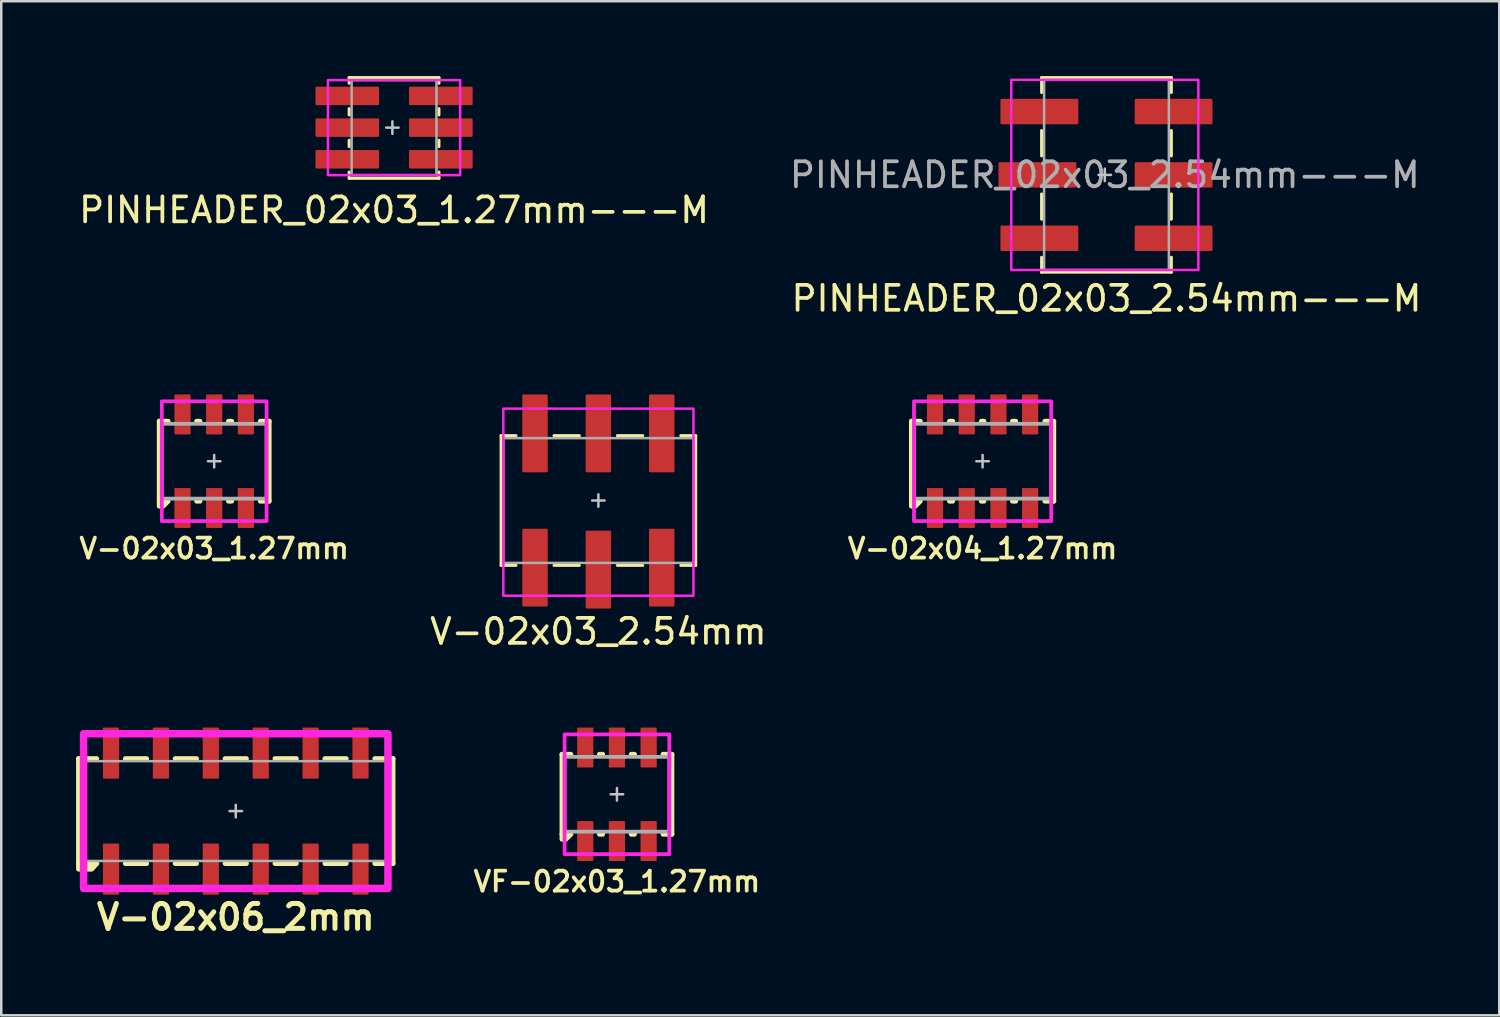
<source format=kicad_pcb>
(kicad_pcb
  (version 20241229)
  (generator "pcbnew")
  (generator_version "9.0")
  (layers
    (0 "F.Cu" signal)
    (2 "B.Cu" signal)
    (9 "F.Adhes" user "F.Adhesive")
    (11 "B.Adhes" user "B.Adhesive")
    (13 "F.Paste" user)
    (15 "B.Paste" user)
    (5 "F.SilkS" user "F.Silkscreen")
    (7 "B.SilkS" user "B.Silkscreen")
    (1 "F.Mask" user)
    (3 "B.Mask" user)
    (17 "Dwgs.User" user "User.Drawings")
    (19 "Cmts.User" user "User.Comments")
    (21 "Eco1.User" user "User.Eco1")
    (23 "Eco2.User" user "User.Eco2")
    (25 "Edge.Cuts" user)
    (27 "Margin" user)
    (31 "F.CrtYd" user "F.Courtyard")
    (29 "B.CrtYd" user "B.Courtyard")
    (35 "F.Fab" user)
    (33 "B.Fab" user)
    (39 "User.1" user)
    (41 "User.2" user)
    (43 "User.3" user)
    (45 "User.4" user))
  (footprint "VF-02x03_1.27mm"
    (layer "F.Cu")
    (at 21.678 28.785)
    (property "Reference" "VF-02x03_1.27mm" (at 0 3.5 0) (unlocked yes) (layer "F.SilkS") (effects (font (size 0.8 0.8) (thickness 0.15))))
    (attr smd)
    (fp_line (start -2.2 -1.6) (end -2.2 1.6) (stroke (width 0.2) (type solid)) (layer "F.SilkS"))
    (fp_line (start -1.85 -1.6) (end -2.2 -1.6) (stroke (width 0.2) (type solid)) (layer "F.SilkS"))
    (fp_line (start -0.7 -1.6) (end -0.575 -1.6) (stroke (width 0.2) (type solid)) (layer "F.SilkS"))
    (fp_line (start -0.7 1.6) (end -0.575 1.6) (stroke (width 0.2) (type solid)) (layer "F.SilkS"))
    (fp_line (start 0.575 -1.6) (end 0.7 -1.6) (stroke (width 0.2) (type solid)) (layer "F.SilkS"))
    (fp_line (start 0.575 1.6) (end 0.7 1.6) (stroke (width 0.2) (type solid)) (layer "F.SilkS"))
    (fp_line (start 1.85 -1.6) (end 2.2 -1.6) (stroke (width 0.2) (type solid)) (layer "F.SilkS"))
    (fp_line (start 2.2 -1.6) (end 2.2 1.6) (stroke (width 0.2) (type solid)) (layer "F.SilkS"))
    (fp_line (start 2.2 1.6) (end 1.85 1.6) (stroke (width 0.2) (type solid)) (layer "F.SilkS"))
    (fp_poly (pts (xy -2.05 1.8) (xy -2.2 1.8) (xy -2.2 1.6) (xy -1.85 1.6)) (stroke (width 0.2) (type solid)) (fill yes) (layer "F.SilkS"))
    (fp_line (start -0.25 0) (end 0.25 0) (stroke (width 0.1) (type solid)) (layer "Dwgs.User"))
    (fp_line (start 0 -0.25) (end 0 0.25) (stroke (width 0.1) (type solid)) (layer "Dwgs.User"))
    (fp_rect (start -2.1 -2.4) (end 2.1 2.4) (stroke (width 0.15) (type solid)) (fill no) (layer "F.CrtYd"))
    (fp_rect (start -2.1 -1.5) (end 2.1 1.5) (stroke (width 0.15) (type solid)) (fill no) (layer "F.Fab"))
    (pad "1" smd roundrect (at -1.27 1.875) (size 0.65 1.6) (layers "F.Cu" "F.Mask" "F.Paste") (roundrect_rratio 0.05))
    (pad "2" smd roundrect (at -1.27 -1.875) (size 0.65 1.6) (layers "F.Cu" "F.Mask" "F.Paste") (roundrect_rratio 0.05))
    (pad "3" smd roundrect (at 0 1.875) (size 0.65 1.6) (layers "F.Cu" "F.Mask" "F.Paste") (roundrect_rratio 0.05))
    (pad "4" smd roundrect (at 0 -1.875) (size 0.65 1.6) (layers "F.Cu" "F.Mask" "F.Paste") (roundrect_rratio 0.05))
    (pad "5" smd roundrect (at 1.27 1.875) (size 0.65 1.6) (layers "F.Cu" "F.Mask" "F.Paste") (roundrect_rratio 0.05))
    (pad "6" smd roundrect (at 1.27 -1.875) (size 0.65 1.6) (layers "F.Cu" "F.Mask" "F.Paste") (roundrect_rratio 0.05)))
  (footprint "V-02x04_1.27mm"
    (layer "F.Cu")
    (at 36.333 15.436)
    (property "Reference" "V-02x04_1.27mm" (at 0 3.5 0) (unlocked yes) (layer "F.SilkS") (effects (font (size 0.8 0.8) (thickness 0.15))))
    (attr smd)
    (fp_line (start -2.85 -1.6) (end -2.85 1.6) (stroke (width 0.2) (type solid)) (layer "F.SilkS"))
    (fp_line (start -2.5 -1.6) (end -2.85 -1.6) (stroke (width 0.2) (type solid)) (layer "F.SilkS"))
    (fp_line (start -1.325 -1.6) (end -1.2 -1.6) (stroke (width 0.2) (type solid)) (layer "F.SilkS"))
    (fp_line (start -1.325 1.6) (end -1.2 1.6) (stroke (width 0.2) (type solid)) (layer "F.SilkS"))
    (fp_line (start -0.05 -1.6) (end 0.05 -1.6) (stroke (width 0.2) (type solid)) (layer "F.SilkS"))
    (fp_line (start -0.05 1.6) (end 0.05 1.6) (stroke (width 0.2) (type solid)) (layer "F.SilkS"))
    (fp_line (start 1.2 -1.6) (end 1.325 -1.6) (stroke (width 0.2) (type solid)) (layer "F.SilkS"))
    (fp_line (start 1.2 1.6) (end 1.325 1.6) (stroke (width 0.2) (type solid)) (layer "F.SilkS"))
    (fp_line (start 2.5 -1.6) (end 2.85 -1.6) (stroke (width 0.2) (type solid)) (layer "F.SilkS"))
    (fp_line (start 2.85 -1.6) (end 2.85 1.6) (stroke (width 0.2) (type solid)) (layer "F.SilkS"))
    (fp_line (start 2.85 1.6) (end 2.5 1.6) (stroke (width 0.2) (type solid)) (layer "F.SilkS"))
    (fp_poly (pts (xy -2.7 1.8) (xy -2.85 1.8) (xy -2.85 1.6) (xy -2.5 1.6)) (stroke (width 0.2) (type solid)) (fill yes) (layer "F.SilkS"))
    (fp_line (start -0.25 0) (end 0.25 0) (stroke (width 0.1) (type solid)) (layer "Dwgs.User"))
    (fp_line (start 0 -0.25) (end 0 0.25) (stroke (width 0.1) (type solid)) (layer "Dwgs.User"))
    (fp_rect (start -2.75 -2.4) (end 2.75 2.4) (stroke (width 0.15) (type solid)) (fill no) (layer "F.CrtYd"))
    (fp_rect (start -2.75 -1.5) (end 2.75 1.5) (stroke (width 0.15) (type solid)) (fill no) (layer "F.Fab"))
    (pad "1" smd roundrect (at -1.905 1.875) (size 0.65 1.6) (layers "F.Cu" "F.Mask" "F.Paste") (roundrect_rratio 0.05))
    (pad "2" smd roundrect (at -1.905 -1.875) (size 0.65 1.6) (layers "F.Cu" "F.Mask" "F.Paste") (roundrect_rratio 0.05))
    (pad "3" smd roundrect (at -0.635 1.875) (size 0.65 1.6) (layers "F.Cu" "F.Mask" "F.Paste") (roundrect_rratio 0.05))
    (pad "4" smd roundrect (at -0.635 -1.875) (size 0.65 1.6) (layers "F.Cu" "F.Mask" "F.Paste") (roundrect_rratio 0.05))
    (pad "5" smd roundrect (at 0.635 1.875) (size 0.65 1.6) (layers "F.Cu" "F.Mask" "F.Paste") (roundrect_rratio 0.05))
    (pad "6" smd roundrect (at 0.635 -1.875) (size 0.65 1.6) (layers "F.Cu" "F.Mask" "F.Paste") (roundrect_rratio 0.05))
    (pad "7" smd roundrect (at 1.905 1.875) (size 0.65 1.6) (layers "F.Cu" "F.Mask" "F.Paste") (roundrect_rratio 0.05))
    (pad "8" smd roundrect (at 1.905 -1.875) (size 0.65 1.6) (layers "F.Cu" "F.Mask" "F.Paste") (roundrect_rratio 0.05)))
  (footprint "V-02x03_2.54mm"
    (layer "F.Cu")
    (at 20.934 17.011)
    (property "Reference" "V-02x03_2.54mm" (at 0 5.25 0) (unlocked yes) (layer "F.SilkS") (effects (font (size 1 1) (thickness 0.15))))
    (attr smd)
    (fp_line (start -3.9 -2.6) (end -3.302 -2.6) (stroke (width 0.12) (type solid)) (layer "F.SilkS"))
    (fp_line (start -3.9 2.6) (end -3.9 -2.6) (stroke (width 0.12) (type solid)) (layer "F.SilkS"))
    (fp_line (start -3.9 2.6) (end -3.302 2.6) (stroke (width 0.12) (type solid)) (layer "F.SilkS"))
    (fp_line (start -1.778 -2.6) (end -0.762 -2.6) (stroke (width 0.12) (type solid)) (layer "F.SilkS"))
    (fp_line (start -1.778 2.6) (end -0.762 2.6) (stroke (width 0.12) (type solid)) (layer "F.SilkS"))
    (fp_line (start 0.762 -2.6) (end 1.778 -2.6) (stroke (width 0.12) (type solid)) (layer "F.SilkS"))
    (fp_line (start 0.762 2.6) (end 1.778 2.6) (stroke (width 0.12) (type solid)) (layer "F.SilkS"))
    (fp_line (start 3.9 -2.6) (end 3.302 -2.6) (stroke (width 0.12) (type solid)) (layer "F.SilkS"))
    (fp_line (start 3.9 2.6) (end 3.302 2.6) (stroke (width 0.12) (type solid)) (layer "F.SilkS"))
    (fp_line (start 3.9 2.6) (end 3.9 -2.6) (stroke (width 0.12) (type solid)) (layer "F.SilkS"))
    (fp_line (start 0 0.25) (end 0 -0.25) (stroke (width 0.1) (type solid)) (layer "Dwgs.User"))
    (fp_line (start 0.25 0) (end -0.25 0) (stroke (width 0.1) (type solid)) (layer "Dwgs.User"))
    (fp_rect (start -3.81 -3.683) (end 3.81 3.817) (stroke (width 0.1) (type solid)) (fill no) (layer "F.CrtYd"))
    (fp_rect (start -3.81 -2.5) (end 3.81 2.5) (stroke (width 0.1) (type solid)) (fill no) (layer "F.Fab"))
    (pad "1" smd roundrect (at -2.54 2.69 180) (size 1.02 3.12) (layers "F.Cu" "F.Mask" "F.Paste") (roundrect_rratio 0.05))
    (pad "2" smd roundrect (at -2.54 -2.69 180) (size 1.02 3.12) (layers "F.Cu" "F.Mask" "F.Paste") (roundrect_rratio 0.05))
    (pad "3" smd roundrect (at 0 2.769 180) (size 1.02 3.12) (layers "F.Cu" "F.Mask" "F.Paste") (roundrect_rratio 0.05))
    (pad "4" smd roundrect (at 0 -2.69 180) (size 1.02 3.12) (layers "F.Cu" "F.Mask" "F.Paste") (roundrect_rratio 0.05))
    (pad "5" smd roundrect (at 2.54 2.69 180) (size 1.02 3.12) (layers "F.Cu" "F.Mask" "F.Paste") (roundrect_rratio 0.05))
    (pad "6" smd roundrect (at 2.54 -2.69 180) (size 1.02 3.12) (layers "F.Cu" "F.Mask" "F.Paste") (roundrect_rratio 0.05)))
  (footprint "V-02x06_2mm"
    (layer "F.Cu")
    (at 6.4 29.459)
    (property "Reference" "V-02x06_2mm" (at 0 4.25 0) (unlocked yes) (layer "F.SilkS") (effects (font (size 1 1) (thickness 0.2))))
    (attr smd)
    (fp_line (start -6.3 -2.1) (end -6.3 2.1) (stroke (width 0.2) (type solid)) (layer "F.SilkS"))
    (fp_line (start -6.3 2.1) (end -5.575 2.1) (stroke (width 0.2) (type solid)) (layer "F.SilkS"))
    (fp_line (start -5.575 -2.1) (end -6.3 -2.1) (stroke (width 0.2) (type solid)) (layer "F.SilkS"))
    (fp_line (start -4.425 -2.1) (end -3.575 -2.1) (stroke (width 0.2) (type solid)) (layer "F.SilkS"))
    (fp_line (start -4.425 2.1) (end -3.575 2.1) (stroke (width 0.2) (type solid)) (layer "F.SilkS"))
    (fp_line (start -2.425 -2.1) (end -1.575 -2.1) (stroke (width 0.2) (type solid)) (layer "F.SilkS"))
    (fp_line (start -2.425 2.1) (end -1.575 2.1) (stroke (width 0.2) (type solid)) (layer "F.SilkS"))
    (fp_line (start -0.425 -2.1) (end 0.425 -2.1) (stroke (width 0.2) (type solid)) (layer "F.SilkS"))
    (fp_line (start -0.425 2.1) (end 0.425 2.1) (stroke (width 0.2) (type solid)) (layer "F.SilkS"))
    (fp_line (start 1.575 -2.1) (end 2.425 -2.1) (stroke (width 0.2) (type solid)) (layer "F.SilkS"))
    (fp_line (start 1.575 2.1) (end 2.425 2.1) (stroke (width 0.2) (type solid)) (layer "F.SilkS"))
    (fp_line (start 3.575 -2.1) (end 4.425 -2.1) (stroke (width 0.2) (type solid)) (layer "F.SilkS"))
    (fp_line (start 3.575 2.1) (end 4.425 2.1) (stroke (width 0.2) (type solid)) (layer "F.SilkS"))
    (fp_line (start 5.575 -2.1) (end 6.3 -2.1) (stroke (width 0.2) (type solid)) (layer "F.SilkS"))
    (fp_line (start 6.3 -2.1) (end 6.3 2.1) (stroke (width 0.2) (type solid)) (layer "F.SilkS"))
    (fp_line (start 6.3 2.1) (end 5.575 2.1) (stroke (width 0.2) (type solid)) (layer "F.SilkS"))
    (fp_poly (pts (xy -5.775 2.325) (xy -6.3 2.325) (xy -6.3 2.1) (xy -5.575 2.1)) (stroke (width 0.2) (type solid)) (fill yes) (layer "F.SilkS"))
    (fp_line (start -0.25 0) (end 0.25 0) (stroke (width 0.1) (type solid)) (layer "Dwgs.User"))
    (fp_line (start 0 0.25) (end 0 -0.25) (stroke (width 0.1) (type solid)) (layer "Dwgs.User"))
    (fp_rect (start -6.1 -3.1) (end 6.1 3.1) (stroke (width 0.3) (type solid)) (fill no) (layer "F.CrtYd"))
    (fp_rect (start -6.2 -2) (end 6.2 2) (stroke (width 0.1) (type solid)) (fill no) (layer "F.Fab"))
    (pad "1" smd roundrect (at -5 2.325 90) (size 2.05 0.65) (layers "F.Cu" "F.Mask" "F.Paste") (roundrect_rratio 0.05))
    (pad "2" smd roundrect (at -3 2.325 90) (size 2.05 0.65) (layers "F.Cu" "F.Mask" "F.Paste") (roundrect_rratio 0.05))
    (pad "3" smd roundrect (at -1 2.325 90) (size 2.05 0.65) (layers "F.Cu" "F.Mask" "F.Paste") (roundrect_rratio 0.05))
    (pad "4" smd roundrect (at 1 2.325 90) (size 2.05 0.65) (layers "F.Cu" "F.Mask" "F.Paste") (roundrect_rratio 0.05))
    (pad "5" smd roundrect (at 3 2.325 90) (size 2.05 0.65) (layers "F.Cu" "F.Mask" "F.Paste") (roundrect_rratio 0.05))
    (pad "6" smd roundrect (at 5 2.325 90) (size 2.05 0.65) (layers "F.Cu" "F.Mask" "F.Paste") (roundrect_rratio 0.05))
    (pad "7" smd roundrect (at 5 -2.325 90) (size 2.05 0.65) (layers "F.Cu" "F.Mask" "F.Paste") (roundrect_rratio 0.05))
    (pad "8" smd roundrect (at 3 -2.325 90) (size 2.05 0.65) (layers "F.Cu" "F.Mask" "F.Paste") (roundrect_rratio 0.05))
    (pad "9" smd roundrect (at 1 -2.325 90) (size 2.05 0.65) (layers "F.Cu" "F.Mask" "F.Paste") (roundrect_rratio 0.05))
    (pad "10" smd roundrect (at -1 -2.325 90) (size 2.05 0.65) (layers "F.Cu" "F.Mask" "F.Paste") (roundrect_rratio 0.05))
    (pad "11" smd roundrect (at -3 -2.325 90) (size 2.05 0.65) (layers "F.Cu" "F.Mask" "F.Paste") (roundrect_rratio 0.05))
    (pad "12" smd roundrect (at -5 -2.325 90) (size 2.05 0.65) (layers "F.Cu" "F.Mask" "F.Paste") (roundrect_rratio 0.05)))
  (footprint "PINHEADER_02x03_2.54mm---M"
    (layer "F.Cu")
    (at 41.299 3.96)
    (property "Reference" "PINHEADER_02x03_2.54mm---M" (at 0 4.953 0) (unlocked yes) (layer "F.SilkS") (effects (font (size 1 1) (thickness 0.15))))
    (attr smd)
    (fp_line (start -2.6 -3.9) (end -2.6 -3.302) (stroke (width 0.12) (type solid)) (layer "F.SilkS"))
    (fp_line (start -2.6 -3.9) (end 2.6 -3.9) (stroke (width 0.12) (type solid)) (layer "F.SilkS"))
    (fp_line (start -2.6 -1.778) (end -2.6 -0.762) (stroke (width 0.12) (type solid)) (layer "F.SilkS"))
    (fp_line (start -2.6 0.762) (end -2.6 1.778) (stroke (width 0.12) (type solid)) (layer "F.SilkS"))
    (fp_line (start -2.6 3.9) (end -2.6 3.302) (stroke (width 0.12) (type solid)) (layer "F.SilkS"))
    (fp_line (start -2.6 3.9) (end 2.6 3.9) (stroke (width 0.12) (type solid)) (layer "F.SilkS"))
    (fp_line (start 2.6 -3.9) (end 2.6 -3.302) (stroke (width 0.12) (type solid)) (layer "F.SilkS"))
    (fp_line (start 2.6 -1.778) (end 2.6 -0.762) (stroke (width 0.12) (type solid)) (layer "F.SilkS"))
    (fp_line (start 2.6 0.762) (end 2.6 1.778) (stroke (width 0.12) (type solid)) (layer "F.SilkS"))
    (fp_line (start 2.6 3.9) (end 2.6 3.302) (stroke (width 0.12) (type solid)) (layer "F.SilkS"))
    (fp_line (start -0.067 -0.25) (end -0.067 0.25) (stroke (width 0.1) (type solid)) (layer "Dwgs.User"))
    (fp_line (start 0.183 0) (end -0.317 0) (stroke (width 0.1) (type solid)) (layer "Dwgs.User"))
    (fp_rect (start 3.683 -3.81) (end -3.817 3.81) (stroke (width 0.1) (type solid)) (fill no) (layer "F.CrtYd"))
    (fp_rect (start 2.5 -3.81) (end -2.5 3.81) (stroke (width 0.1) (type solid)) (fill no) (layer "F.Fab"))
    (fp_text user "${REFERENCE}" (at -0.067 0 0) (unlocked yes) (layer "F.Fab") (effects (font (size 1 1) (thickness 0.15))))
    (pad "1" smd roundrect (at -2.69 -2.54 90) (size 1.02 3.12) (layers "F.Cu" "F.Mask" "F.Paste") (roundrect_rratio 0.05))
    (pad "2" smd roundrect (at 2.69 -2.54 90) (size 1.02 3.12) (layers "F.Cu" "F.Mask" "F.Paste") (roundrect_rratio 0.05))
    (pad "3" smd roundrect (at -2.769 0 90) (size 1.02 3.12) (layers "F.Cu" "F.Mask" "F.Paste") (roundrect_rratio 0.05))
    (pad "4" smd roundrect (at 2.69 0 90) (size 1.02 3.12) (layers "F.Cu" "F.Mask" "F.Paste") (roundrect_rratio 0.05))
    (pad "5" smd roundrect (at -2.69 2.54 90) (size 1.02 3.12) (layers "F.Cu" "F.Mask" "F.Paste") (roundrect_rratio 0.05))
    (pad "6" smd roundrect (at 2.69 2.54 90) (size 1.02 3.12) (layers "F.Cu" "F.Mask" "F.Paste") (roundrect_rratio 0.05)))
  (footprint "V-02x03_1.27mm"
    (layer "F.Cu")
    (at 5.535 15.436)
    (property "Reference" "V-02x03_1.27mm" (at 0 3.5 0) (unlocked yes) (layer "F.SilkS") (effects (font (size 0.8 0.8) (thickness 0.15))))
    (attr smd)
    (fp_line (start -2.2 -1.6) (end -2.2 1.6) (stroke (width 0.2) (type solid)) (layer "F.SilkS"))
    (fp_line (start -1.85 -1.6) (end -2.2 -1.6) (stroke (width 0.2) (type solid)) (layer "F.SilkS"))
    (fp_line (start -0.7 -1.6) (end -0.575 -1.6) (stroke (width 0.2) (type solid)) (layer "F.SilkS"))
    (fp_line (start -0.7 1.6) (end -0.575 1.6) (stroke (width 0.2) (type solid)) (layer "F.SilkS"))
    (fp_line (start 0.575 -1.6) (end 0.7 -1.6) (stroke (width 0.2) (type solid)) (layer "F.SilkS"))
    (fp_line (start 0.575 1.6) (end 0.7 1.6) (stroke (width 0.2) (type solid)) (layer "F.SilkS"))
    (fp_line (start 1.85 -1.6) (end 2.2 -1.6) (stroke (width 0.2) (type solid)) (layer "F.SilkS"))
    (fp_line (start 2.2 -1.6) (end 2.2 1.6) (stroke (width 0.2) (type solid)) (layer "F.SilkS"))
    (fp_line (start 2.2 1.6) (end 1.85 1.6) (stroke (width 0.2) (type solid)) (layer "F.SilkS"))
    (fp_poly (pts (xy -2.05 1.8) (xy -2.2 1.8) (xy -2.2 1.6) (xy -1.85 1.6)) (stroke (width 0.2) (type solid)) (fill yes) (layer "F.SilkS"))
    (fp_line (start -0.25 0) (end 0.25 0) (stroke (width 0.1) (type solid)) (layer "Dwgs.User"))
    (fp_line (start 0 -0.25) (end 0 0.25) (stroke (width 0.1) (type solid)) (layer "Dwgs.User"))
    (fp_rect (start -2.1 -2.4) (end 2.1 2.4) (stroke (width 0.15) (type solid)) (fill no) (layer "F.CrtYd"))
    (fp_rect (start -2.1 -1.5) (end 2.1 1.5) (stroke (width 0.15) (type solid)) (fill no) (layer "F.Fab"))
    (pad "1" smd roundrect (at -1.27 1.875) (size 0.65 1.6) (layers "F.Cu" "F.Mask" "F.Paste") (roundrect_rratio 0.05))
    (pad "2" smd roundrect (at -1.27 -1.875) (size 0.65 1.6) (layers "F.Cu" "F.Mask" "F.Paste") (roundrect_rratio 0.05))
    (pad "3" smd roundrect (at 0 1.875) (size 0.65 1.6) (layers "F.Cu" "F.Mask" "F.Paste") (roundrect_rratio 0.05))
    (pad "4" smd roundrect (at 0 -1.875) (size 0.65 1.6) (layers "F.Cu" "F.Mask" "F.Paste") (roundrect_rratio 0.05))
    (pad "5" smd roundrect (at 1.27 1.875) (size 0.65 1.6) (layers "F.Cu" "F.Mask" "F.Paste") (roundrect_rratio 0.05))
    (pad "6" smd roundrect (at 1.27 -1.875) (size 0.65 1.6) (layers "F.Cu" "F.Mask" "F.Paste") (roundrect_rratio 0.05)))
  (footprint "PINHEADER_02x03_1.27mm---M"
    (layer "F.Cu")
    (at 12.744 2.065)
    (property "Reference" "PINHEADER_02x03_1.27mm---M" (at 0 3.302 0) (unlocked yes) (layer "F.SilkS") (effects (font (size 1 1) (thickness 0.15))))
    (attr smd)
    (fp_line (start -1.8 -2.005) (end -1.8 -1.778) (stroke (width 0.12) (type solid)) (layer "F.SilkS"))
    (fp_line (start -1.8 -2.005) (end 1.8 -2.005) (stroke (width 0.12) (type solid)) (layer "F.SilkS"))
    (fp_line (start -1.8 -0.762) (end -1.8 -0.508) (stroke (width 0.12) (type solid)) (layer "F.SilkS"))
    (fp_line (start -1.8 0.508) (end -1.8 0.762) (stroke (width 0.12) (type solid)) (layer "F.SilkS"))
    (fp_line (start -1.8 2.032) (end -1.8 1.778) (stroke (width 0.12) (type solid)) (layer "F.SilkS"))
    (fp_line (start -1.8 2.032) (end 1.8 2.032) (stroke (width 0.12) (type solid)) (layer "F.SilkS"))
    (fp_line (start 1.8 -2.005) (end 1.8 -1.778) (stroke (width 0.12) (type solid)) (layer "F.SilkS"))
    (fp_line (start 1.8 -0.762) (end 1.8 -0.508) (stroke (width 0.12) (type solid)) (layer "F.SilkS"))
    (fp_line (start 1.8 0.508) (end 1.8 0.762) (stroke (width 0.12) (type solid)) (layer "F.SilkS"))
    (fp_line (start 1.8 2.032) (end 1.8 1.778) (stroke (width 0.12) (type solid)) (layer "F.SilkS"))
    (fp_line (start -0.067 -0.25) (end -0.067 0.25) (stroke (width 0.1) (type solid)) (layer "Dwgs.User"))
    (fp_line (start 0.183 0) (end -0.317 0) (stroke (width 0.1) (type solid)) (layer "Dwgs.User"))
    (fp_rect (start 2.65 -1.905) (end -2.65 1.905) (stroke (width 0.1) (type solid)) (fill no) (layer "F.CrtYd"))
    (fp_rect (start 1.7 -1.905) (end -1.7 1.905) (stroke (width 0.1) (type solid)) (fill no) (layer "F.Fab"))
    (pad "1" smd roundrect (at -1.875 -1.27 90) (size 0.74 2.55) (layers "F.Cu" "F.Mask" "F.Paste") (roundrect_rratio 0.05))
    (pad "2" smd roundrect (at 1.875 -1.27 90) (size 0.74 2.55) (layers "F.Cu" "F.Mask" "F.Paste") (roundrect_rratio 0.05))
    (pad "3" smd roundrect (at -1.875 0 90) (size 0.74 2.55) (layers "F.Cu" "F.Mask" "F.Paste") (roundrect_rratio 0.05))
    (pad "4" smd roundrect (at 1.875 0 90) (size 0.74 2.55) (layers "F.Cu" "F.Mask" "F.Paste") (roundrect_rratio 0.05))
    (pad "5" smd roundrect (at -1.875 1.27 90) (size 0.74 2.55) (layers "F.Cu" "F.Mask" "F.Paste") (roundrect_rratio 0.05))
    (pad "6" smd roundrect (at 1.875 1.27 90) (size 0.74 2.55) (layers "F.Cu" "F.Mask" "F.Paste") (roundrect_rratio 0.05)))
  (gr_rect
    (start -3 -3)
    (end 57.043 37.645)
    (stroke (width 0.1) (type default))
    (fill no)
    (layer "Edge.Cuts")))
</source>
